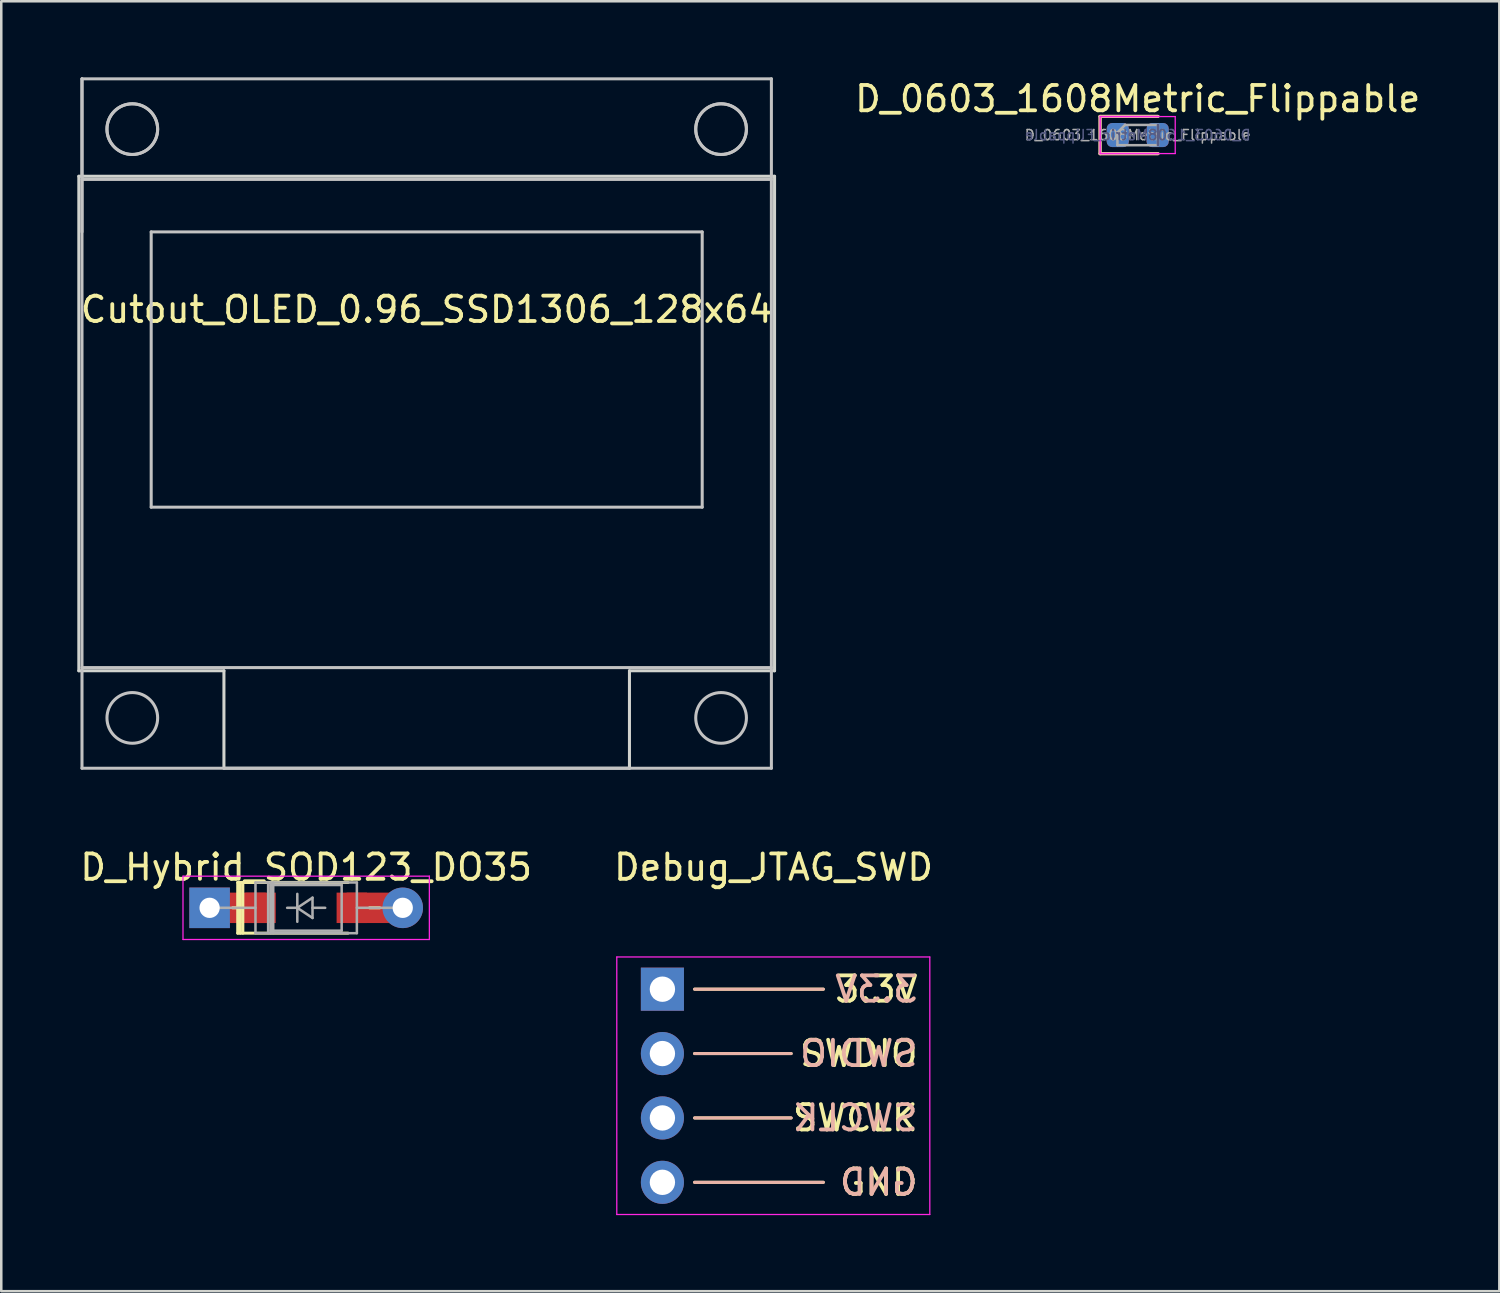
<source format=kicad_pcb>
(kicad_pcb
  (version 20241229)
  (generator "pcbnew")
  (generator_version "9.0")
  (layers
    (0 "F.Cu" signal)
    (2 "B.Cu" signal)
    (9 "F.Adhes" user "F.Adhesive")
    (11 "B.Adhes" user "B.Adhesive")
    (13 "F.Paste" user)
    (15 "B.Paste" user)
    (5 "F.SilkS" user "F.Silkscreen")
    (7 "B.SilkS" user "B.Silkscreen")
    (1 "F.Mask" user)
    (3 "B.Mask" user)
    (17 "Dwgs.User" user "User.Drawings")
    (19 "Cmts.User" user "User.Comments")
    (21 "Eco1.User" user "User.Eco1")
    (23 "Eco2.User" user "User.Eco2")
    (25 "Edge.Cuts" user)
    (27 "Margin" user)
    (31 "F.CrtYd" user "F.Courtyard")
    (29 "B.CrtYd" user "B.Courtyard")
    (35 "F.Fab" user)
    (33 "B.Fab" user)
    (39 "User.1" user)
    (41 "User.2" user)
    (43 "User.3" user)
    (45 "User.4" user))
  (footprint "Cutout_OLED_0.96_SSD1306_128x64"
    (layer "F.Cu")
    (at 13.785 1.56)
    (property "Reference" "Cutout_OLED_0.96_SSD1306_128x64" (at 0 7.6 0) (layer "F.SilkS") (effects (font (size 1 1) (thickness 0.15))))
    (attr through_hole)
    (fp_line (start -13.6 -1.5) (end -13.6 4.54) (stroke (width 0.12) (type solid)) (layer "Dwgs.User"))
    (fp_line (start -13.6 -1.5) (end 13.6 -1.5) (stroke (width 0.12) (type solid)) (layer "Dwgs.User"))
    (fp_line (start -13.6 2.47) (end 13.6 2.47) (stroke (width 0.12) (type solid)) (layer "Dwgs.User"))
    (fp_line (start -13.6 21.73) (end 13.6 21.73) (stroke (width 0.12) (type solid)) (layer "Dwgs.User"))
    (fp_line (start -13.6 25.7) (end -13.6 -1.5) (stroke (width 0.12) (type solid)) (layer "Dwgs.User"))
    (fp_line (start -10.87 4.54) (end -10.87 15.4) (stroke (width 0.12) (type solid)) (layer "Dwgs.User"))
    (fp_line (start -10.87 4.54) (end 10.87 4.54) (stroke (width 0.12) (type solid)) (layer "Dwgs.User"))
    (fp_line (start -10.87 15.4) (end 10.87 15.4) (stroke (width 0.12) (type solid)) (layer "Dwgs.User"))
    (fp_line (start 10.87 4.54) (end 10.87 15.4) (stroke (width 0.12) (type solid)) (layer "Dwgs.User"))
    (fp_line (start 13.6 -1.5) (end 13.6 25.7) (stroke (width 0.12) (type solid)) (layer "Dwgs.User"))
    (fp_line (start 13.6 25.7) (end -13.6 25.7) (stroke (width 0.12) (type solid)) (layer "Dwgs.User"))
    (fp_circle (center -11.615 0.485) (end -10.615 0.485) (stroke (width 0.12) (type solid)) (fill no) (layer "Dwgs.User"))
    (fp_circle (center -11.615 0.485) (end -10.615 0.485) (stroke (width 0.12) (type solid)) (fill no) (layer "Dwgs.User"))
    (fp_circle (center -11.615 23.715) (end -10.615 23.715) (stroke (width 0.12) (type solid)) (fill no) (layer "Dwgs.User"))
    (fp_circle (center 11.615 0.485) (end 12.615 0.485) (stroke (width 0.12) (type solid)) (fill no) (layer "Dwgs.User"))
    (fp_circle (center 11.615 0.485) (end 12.615 0.485) (stroke (width 0.12) (type solid)) (fill no) (layer "Dwgs.User"))
    (fp_circle (center 11.615 23.715) (end 12.615 23.715) (stroke (width 0.12) (type solid)) (fill no) (layer "Dwgs.User"))
    (fp_line (start -13.725 2.345) (end -13.725 21.855) (stroke (width 0.12) (type solid)) (layer "Edge.Cuts"))
    (fp_line (start -13.725 21.855) (end -8 21.855) (stroke (width 0.12) (type solid)) (layer "Edge.Cuts"))
    (fp_line (start -8 21.855) (end -8 25.7) (stroke (width 0.12) (type solid)) (layer "Edge.Cuts"))
    (fp_line (start -8 25.7) (end 8 25.7) (stroke (width 0.12) (type solid)) (layer "Edge.Cuts"))
    (fp_line (start 8 21.855) (end 8 25.7) (stroke (width 0.12) (type solid)) (layer "Edge.Cuts"))
    (fp_line (start 8 21.855) (end 13.725 21.855) (stroke (width 0.12) (type solid)) (layer "Edge.Cuts"))
    (fp_line (start 13.725 2.345) (end -13.725 2.345) (stroke (width 0.12) (type solid)) (layer "Edge.Cuts"))
    (fp_line (start 13.725 21.855) (end 13.725 2.345) (stroke (width 0.12) (type solid)) (layer "Edge.Cuts")))
  (footprint "D_0603_1608Metric_Flippable"
    (layer "F.Cu")
    (at 41.838 2.278)
    (property "Reference" "D_0603_1608Metric_Flippable" (at 0 -1.43 0) (layer "F.SilkS") (effects (font (size 1 1) (thickness 0.15))))
    (attr smd)
    (fp_line (start -1.485 -0.735) (end -1.485 0.735) (stroke (width 0.12) (type solid)) (layer "F.SilkS"))
    (fp_line (start -1.485 0.735) (end 0.8 0.735) (stroke (width 0.12) (type solid)) (layer "F.SilkS"))
    (fp_line (start 0.8 -0.735) (end -1.485 -0.735) (stroke (width 0.12) (type solid)) (layer "F.SilkS"))
    (fp_line (start -1.485 -0.735) (end 0.8 -0.735) (stroke (width 0.12) (type solid)) (layer "B.SilkS"))
    (fp_line (start -1.485 0.735) (end -1.485 -0.735) (stroke (width 0.12) (type solid)) (layer "B.SilkS"))
    (fp_line (start 0.8 0.735) (end -1.485 0.735) (stroke (width 0.12) (type solid)) (layer "B.SilkS"))
    (fp_line (start -1.48 -0.73) (end 1.48 -0.73) (stroke (width 0.05) (type solid)) (layer "F.CrtYd"))
    (fp_line (start -1.48 0.73) (end -1.48 -0.73) (stroke (width 0.05) (type solid)) (layer "F.CrtYd"))
    (fp_line (start 1.48 -0.73) (end 1.48 0.73) (stroke (width 0.05) (type solid)) (layer "F.CrtYd"))
    (fp_line (start 1.48 0.73) (end -1.48 0.73) (stroke (width 0.05) (type solid)) (layer "F.CrtYd"))
    (fp_line (start 0.8 -0.4) (end 0.8 0.4) (stroke (width 0.1) (type solid)) (layer "B.Fab"))
    (fp_line (start -0.8 -0.1) (end -0.8 0.4) (stroke (width 0.1) (type solid)) (layer "F.Fab"))
    (fp_line (start -0.8 0.4) (end 0.8 0.4) (stroke (width 0.1) (type solid)) (layer "F.Fab"))
    (fp_line (start -0.5 -0.4) (end -0.8 -0.1) (stroke (width 0.1) (type solid)) (layer "F.Fab"))
    (fp_line (start 0.8 -0.4) (end -0.5 -0.4) (stroke (width 0.1) (type solid)) (layer "F.Fab"))
    (fp_line (start 0.8 0.4) (end 0.8 -0.4) (stroke (width 0.1) (type solid)) (layer "F.Fab"))
    (fp_text user "${REFERENCE}" (at 0 0 0) (layer "B.Fab") (effects (font (size 0.4 0.4) (thickness 0.06)) (justify mirror)))
    (fp_text user "${REFERENCE}" (at 0 0 0) (layer "F.Fab") (effects (font (size 0.4 0.4) (thickness 0.06))))
    (pad "1" smd roundrect (at -0.787 0) (size 0.875 0.95) (layers "F.Cu" "F.Mask" "F.Paste") (roundrect_rratio 0.25))
    (pad "1" smd roundrect (at -0.787 0) (size 0.875 0.95) (layers "B.Cu" "B.Mask" "B.Paste") (roundrect_rratio 0.25))
    (pad "2" smd roundrect (at 0.787 0) (size 0.875 0.95) (layers "F.Cu" "F.Mask" "F.Paste") (roundrect_rratio 0.25))
    (pad "2" smd roundrect (at 0.787 0) (size 0.875 0.95) (layers "B.Cu" "B.Mask" "B.Paste") (roundrect_rratio 0.25)))
  (footprint "D_Hybrid_SOD123_DO35"
    (layer "F.Cu")
    (at 9.03 32.768)
    (property "Reference" "D_Hybrid_SOD123_DO35" (at 0 -1.6 0) (layer "F.SilkS") (effects (font (size 1 1) (thickness 0.15))))
    (attr through_hole)
    (fp_line (start -2.9 0) (end -2.5 0) (stroke (width 0.12) (type solid)) (layer "F.SilkS"))
    (fp_line (start -2.7 -1) (end -2.7 1) (stroke (width 0.12) (type solid)) (layer "F.SilkS"))
    (fp_line (start -2.7 -1) (end 1.65 -1) (stroke (width 0.12) (type solid)) (layer "F.SilkS"))
    (fp_line (start -2.7 1) (end 1.65 1) (stroke (width 0.12) (type solid)) (layer "F.SilkS"))
    (fp_line (start -2.6 -1) (end -2.6 1) (stroke (width 0.12) (type solid)) (layer "F.SilkS"))
    (fp_line (start -2.5 -1) (end -2.5 1) (stroke (width 0.12) (type solid)) (layer "F.SilkS"))
    (fp_line (start 2.9 0) (end 2.5 0) (stroke (width 0.12) (type solid)) (layer "F.SilkS"))
    (fp_line (start -4.86 -1.25) (end -4.86 1.25) (stroke (width 0.05) (type solid)) (layer "F.CrtYd"))
    (fp_line (start -4.86 1.25) (end 4.86 1.25) (stroke (width 0.05) (type solid)) (layer "F.CrtYd"))
    (fp_line (start 4.86 -1.25) (end -4.86 -1.25) (stroke (width 0.05) (type solid)) (layer "F.CrtYd"))
    (fp_line (start 4.86 1.25) (end 4.86 -1.25) (stroke (width 0.05) (type solid)) (layer "F.CrtYd"))
    (fp_line (start -3.81 0) (end -2 0) (stroke (width 0.1) (type solid)) (layer "F.Fab"))
    (fp_line (start -2 -1) (end -2 1) (stroke (width 0.1) (type solid)) (layer "F.Fab"))
    (fp_line (start -2 1) (end 2 1) (stroke (width 0.1) (type solid)) (layer "F.Fab"))
    (fp_line (start -1.5 -1) (end -1.5 1) (stroke (width 0.1) (type solid)) (layer "F.Fab"))
    (fp_line (start -1.4 -1) (end -1.4 1) (stroke (width 0.1) (type solid)) (layer "F.Fab"))
    (fp_line (start -1.4 -0.9) (end 1.4 -0.9) (stroke (width 0.1) (type solid)) (layer "F.Fab"))
    (fp_line (start -1.4 0.9) (end -1.4 -0.9) (stroke (width 0.1) (type solid)) (layer "F.Fab"))
    (fp_line (start -1.3 -1) (end -1.3 1) (stroke (width 0.1) (type solid)) (layer "F.Fab"))
    (fp_line (start -0.75 0) (end -0.35 0) (stroke (width 0.1) (type solid)) (layer "F.Fab"))
    (fp_line (start -0.35 0) (end -0.35 -0.55) (stroke (width 0.1) (type solid)) (layer "F.Fab"))
    (fp_line (start -0.35 0) (end -0.35 0.55) (stroke (width 0.1) (type solid)) (layer "F.Fab"))
    (fp_line (start -0.35 0) (end 0.25 -0.4) (stroke (width 0.1) (type solid)) (layer "F.Fab"))
    (fp_line (start 0.25 -0.4) (end 0.25 0.4) (stroke (width 0.1) (type solid)) (layer "F.Fab"))
    (fp_line (start 0.25 0) (end 0.75 0) (stroke (width 0.1) (type solid)) (layer "F.Fab"))
    (fp_line (start 0.25 0.4) (end -0.35 0) (stroke (width 0.1) (type solid)) (layer "F.Fab"))
    (fp_line (start 1.4 -0.9) (end 1.4 0.9) (stroke (width 0.1) (type solid)) (layer "F.Fab"))
    (fp_line (start 1.4 0.9) (end -1.4 0.9) (stroke (width 0.1) (type solid)) (layer "F.Fab"))
    (fp_line (start 2 -1) (end -2 -1) (stroke (width 0.1) (type solid)) (layer "F.Fab"))
    (fp_line (start 2 1) (end 2 -1) (stroke (width 0.1) (type solid)) (layer "F.Fab"))
    (fp_line (start 3.81 0) (end 2 0) (stroke (width 0.1) (type solid)) (layer "F.Fab"))
    (pad "1" thru_hole rect (at -3.81 0) (size 1.6 1.6) (drill 0.8) (layers "*.Cu" "*.Mask"))
    (pad "1" connect rect (at -2.794 0 90) (size 1.2 2.4) (layers "F.Cu"))
    (pad "1" smd rect (at -1.8 0) (size 1.2 1.2) (layers "F.Cu" "F.Mask" "F.Paste"))
    (pad "2" smd rect (at 1.8 0) (size 1.2 1.2) (layers "F.Cu" "F.Mask" "F.Paste"))
    (pad "2" connect rect (at 2.794 0 90) (size 1.2 2.4) (layers "F.Cu"))
    (pad "2" thru_hole oval (at 3.81 0) (size 1.6 1.6) (drill 0.8) (layers "*.Cu" "*.Mask")))
  (footprint "Debug_JTAG_SWD"
    (layer "F.Cu")
    (at 23.085 39.788)
    (property "Reference" "Debug_JTAG_SWD" (at 4.385 -8.62 180) (layer "F.SilkS") (effects (font (size 1 1) (thickness 0.15))))
    (attr through_hole)
    (fp_line (start 1.27 -3.81) (end 6.35 -3.81) (stroke (width 0.12) (type solid)) (layer "F.SilkS"))
    (fp_line (start 1.27 -1.27) (end 5.08 -1.27) (stroke (width 0.12) (type solid)) (layer "F.SilkS"))
    (fp_line (start 1.27 3.81) (end 6.35 3.81) (stroke (width 0.12) (type solid)) (layer "F.SilkS"))
    (fp_line (start 5.08 1.27) (end 1.27 1.27) (stroke (width 0.12) (type solid)) (layer "F.SilkS"))
    (fp_line (start 1.27 -3.81) (end 6.35 -3.81) (stroke (width 0.12) (type solid)) (layer "B.SilkS"))
    (fp_line (start 1.27 1.27) (end 5.08 1.27) (stroke (width 0.12) (type solid)) (layer "B.SilkS"))
    (fp_line (start 1.27 3.81) (end 6.35 3.81) (stroke (width 0.12) (type solid)) (layer "B.SilkS"))
    (fp_line (start 5.08 -1.27) (end 1.27 -1.27) (stroke (width 0.12) (type solid)) (layer "B.SilkS"))
    (fp_line (start -1.8 -5.08) (end -1.8 5.08) (stroke (width 0.05) (type solid)) (layer "F.CrtYd"))
    (fp_line (start -1.8 5.08) (end 10.55 5.08) (stroke (width 0.05) (type solid)) (layer "F.CrtYd"))
    (fp_line (start 10.55 -5.08) (end -1.8 -5.08) (stroke (width 0.05) (type solid)) (layer "F.CrtYd"))
    (fp_line (start 10.55 5.08) (end 10.55 -5.08) (stroke (width 0.05) (type solid)) (layer "F.CrtYd"))
    (fp_line (start -0.32 -4.13) (end -0.32 -3.49) (stroke (width 0.1) (type solid)) (layer "F.Fab"))
    (fp_line (start -0.32 -1.59) (end -0.32 -0.95) (stroke (width 0.1) (type solid)) (layer "F.Fab"))
    (fp_line (start -0.32 0.95) (end -0.32 1.59) (stroke (width 0.1) (type solid)) (layer "F.Fab"))
    (fp_line (start -0.32 3.49) (end -0.32 4.13) (stroke (width 0.1) (type solid)) (layer "F.Fab"))
    (fp_text user "GND" (at 10.16 3.81 0) (layer "F.SilkS") (effects (font (size 1 1) (thickness 0.15)) (justify right)))
    (fp_text user "SWDIO" (at 10.16 -1.27 0) (layer "F.SilkS") (effects (font (size 1 1) (thickness 0.15)) (justify right)))
    (fp_text user "SWCLK" (at 10.16 1.27 0) (layer "F.SilkS") (effects (font (size 1 1) (thickness 0.15)) (justify right)))
    (fp_text user "3.3V" (at 10.16 -3.81 0) (layer "F.SilkS") (effects (font (size 1 1) (thickness 0.15)) (justify right)))
    (fp_text user "SWCLK" (at 10.16 1.27 0) (layer "B.SilkS") (effects (font (size 1 1) (thickness 0.15)) (justify left mirror)))
    (fp_text user "SWDIO" (at 10.16 -1.27 0) (layer "B.SilkS") (effects (font (size 1 1) (thickness 0.15)) (justify left mirror)))
    (fp_text user "GND" (at 10.16 3.81 0) (layer "B.SilkS") (effects (font (size 1 1) (thickness 0.15)) (justify left mirror)))
    (fp_text user "3.3V" (at 10.16 -3.81 0) (layer "B.SilkS") (effects (font (size 1 1) (thickness 0.15)) (justify left mirror)))
    (pad "1" thru_hole rect (at 0 -3.81) (size 1.7 1.7) (drill 1) (layers "*.Cu" "*.Mask"))
    (pad "2" thru_hole oval (at 0 -1.27) (size 1.7 1.7) (drill 1) (layers "*.Cu" "*.Mask"))
    (pad "3" thru_hole oval (at 0 1.27) (size 1.7 1.7) (drill 1) (layers "*.Cu" "*.Mask"))
    (pad "4" thru_hole oval (at 0 3.81) (size 1.7 1.7) (drill 1) (layers "*.Cu" "*.Mask")))
  (gr_rect
    (start -3 -3)
    (end 56.106 47.893)
    (stroke (width 0.1) (type default))
    (fill no)
    (layer "Edge.Cuts")))
</source>
